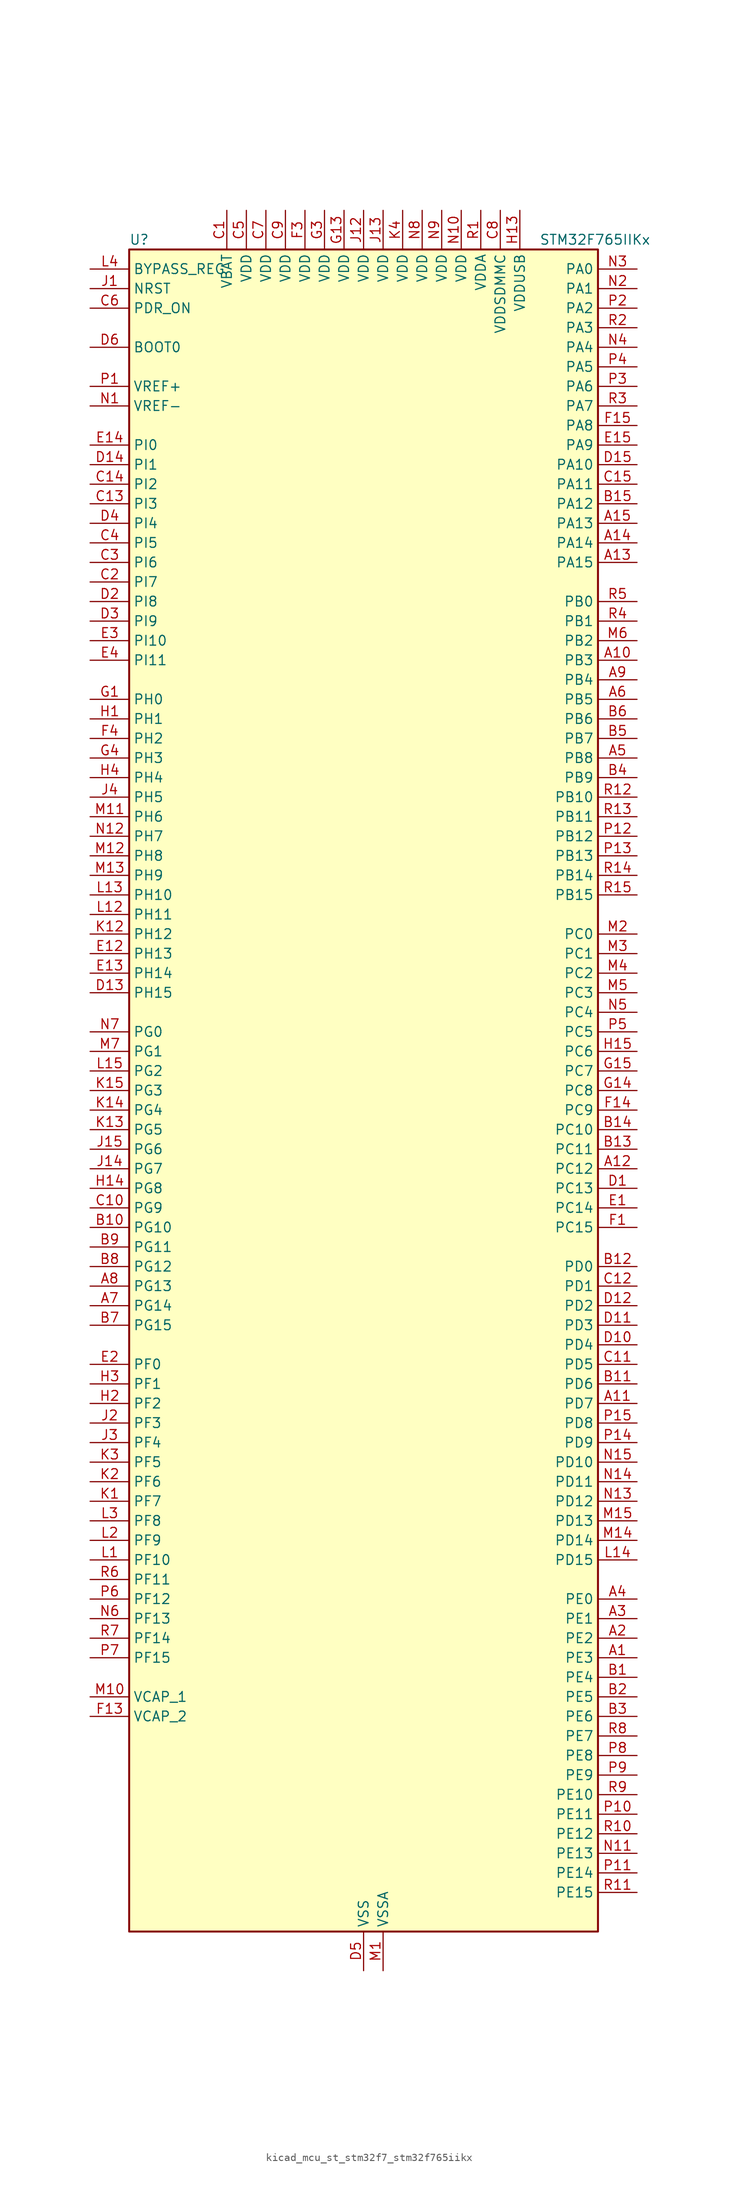
<source format=kicad_sym>
(kicad_symbol_lib
  (version 20220914)
  (generator kicad_symbol_editor)
  (symbol "kicad_mcu_st_stm32f7_stm32f765iikx"
    (property "Reference" "U"
      (at -30.48 110.49 0)
      (effects (font (size 1.27 1.27)) (justify left)))
    (property "Value" "STM32F765IIKx"
      (at 22.86 110.49 0)
      (effects (font (size 1.27 1.27)) (justify left)))
    (property "ki_locked" ""
      (at 0 0 0)
      (effects (font (size 1.27 1.27))))
    (symbol "kicad_mcu_st_stm32f7_stm32f765iikx_0_1"
      (rectangle (start -30.48 -109.22) (end 30.48 109.22) (stroke (width 0.254) (type default)) (fill (type background))))
    (symbol "kicad_mcu_st_stm32f7_stm32f765iikx_1_1"
      (pin bidirectional line (at 35.56 -73.66 180) (length 5.08) (name "PE3" (effects (font (size 1.27 1.27)))) (number "A1" (effects (font (size 1.27 1.27)))) (alternate "FMC_A19" bidirectional line) (alternate "SAI1_SD_B" bidirectional line) (alternate "SYS_TRACED0" bidirectional line))
      (pin bidirectional line (at 35.56 55.88 180) (length 5.08) (name "PB3" (effects (font (size 1.27 1.27)))) (number "A10" (effects (font (size 1.27 1.27)))) (alternate "CAN3_RX" bidirectional line) (alternate "I2S1_CK" bidirectional line) (alternate "I2S3_CK" bidirectional line) (alternate "SDMMC2_D2" bidirectional line) (alternate "SPI1_SCK" bidirectional line) (alternate "SPI3_SCK" bidirectional line) (alternate "SPI6_SCK" bidirectional line) (alternate "SYS_JTDO-SWO" bidirectional line) (alternate "TIM2_CH2" bidirectional line) (alternate "UART7_RX" bidirectional line))
      (pin bidirectional line (at 35.56 -40.64 180) (length 5.08) (name "PD7" (effects (font (size 1.27 1.27)))) (number "A11" (effects (font (size 1.27 1.27)))) (alternate "DFSDM1_CKIN1" bidirectional line) (alternate "DFSDM1_DATIN4" bidirectional line) (alternate "FMC_NE1" bidirectional line) (alternate "I2S1_SD" bidirectional line) (alternate "SDMMC2_CMD" bidirectional line) (alternate "SPDIFRX_IN0" bidirectional line) (alternate "SPI1_MOSI" bidirectional line) (alternate "USART2_CK" bidirectional line))
      (pin bidirectional line (at 35.56 -10.16 180) (length 5.08) (name "PC12" (effects (font (size 1.27 1.27)))) (number "A12" (effects (font (size 1.27 1.27)))) (alternate "DCMI_D9" bidirectional line) (alternate "I2S3_SD" bidirectional line) (alternate "SDMMC1_CK" bidirectional line) (alternate "SPI3_MOSI" bidirectional line) (alternate "SYS_TRACED3" bidirectional line) (alternate "UART5_TX" bidirectional line) (alternate "USART3_CK" bidirectional line))
      (pin bidirectional line (at 35.56 68.58 180) (length 5.08) (name "PA15" (effects (font (size 1.27 1.27)))) (number "A13" (effects (font (size 1.27 1.27)))) (alternate "CAN3_TX" bidirectional line) (alternate "CEC" bidirectional line) (alternate "I2S1_WS" bidirectional line) (alternate "I2S3_WS" bidirectional line) (alternate "SPI1_NSS" bidirectional line) (alternate "SPI3_NSS" bidirectional line) (alternate "SPI6_NSS" bidirectional line) (alternate "SYS_JTDI" bidirectional line) (alternate "TIM2_CH1" bidirectional line) (alternate "TIM2_ETR" bidirectional line) (alternate "UART4_DE" bidirectional line) (alternate "UART4_RTS" bidirectional line) (alternate "UART7_TX" bidirectional line))
      (pin bidirectional line (at 35.56 71.12 180) (length 5.08) (name "PA14" (effects (font (size 1.27 1.27)))) (number "A14" (effects (font (size 1.27 1.27)))) (alternate "SYS_JTCK-SWCLK" bidirectional line))
      (pin bidirectional line (at 35.56 73.66 180) (length 5.08) (name "PA13" (effects (font (size 1.27 1.27)))) (number "A15" (effects (font (size 1.27 1.27)))) (alternate "SYS_JTMS-SWDIO" bidirectional line))
      (pin bidirectional line (at 35.56 -71.12 180) (length 5.08) (name "PE2" (effects (font (size 1.27 1.27)))) (number "A2" (effects (font (size 1.27 1.27)))) (alternate "ETH_TXD3" bidirectional line) (alternate "FMC_A23" bidirectional line) (alternate "QUADSPI_BK1_IO2" bidirectional line) (alternate "SAI1_MCLK_A" bidirectional line) (alternate "SPI4_SCK" bidirectional line) (alternate "SYS_TRACECLK" bidirectional line))
      (pin bidirectional line (at 35.56 -68.58 180) (length 5.08) (name "PE1" (effects (font (size 1.27 1.27)))) (number "A3" (effects (font (size 1.27 1.27)))) (alternate "DCMI_D3" bidirectional line) (alternate "FMC_NBL1" bidirectional line) (alternate "LPTIM1_IN2" bidirectional line) (alternate "UART8_TX" bidirectional line))
      (pin bidirectional line (at 35.56 -66.04 180) (length 5.08) (name "PE0" (effects (font (size 1.27 1.27)))) (number "A4" (effects (font (size 1.27 1.27)))) (alternate "DCMI_D2" bidirectional line) (alternate "FMC_NBL0" bidirectional line) (alternate "LPTIM1_ETR" bidirectional line) (alternate "SAI2_MCLK_A" bidirectional line) (alternate "TIM4_ETR" bidirectional line) (alternate "UART8_RX" bidirectional line))
      (pin bidirectional line (at 35.56 43.18 180) (length 5.08) (name "PB8" (effects (font (size 1.27 1.27)))) (number "A5" (effects (font (size 1.27 1.27)))) (alternate "CAN1_RX" bidirectional line) (alternate "DCMI_D6" bidirectional line) (alternate "DFSDM1_CKIN7" bidirectional line) (alternate "ETH_TXD3" bidirectional line) (alternate "I2C1_SCL" bidirectional line) (alternate "I2C4_SCL" bidirectional line) (alternate "SDMMC1_D4" bidirectional line) (alternate "SDMMC2_D4" bidirectional line) (alternate "TIM10_CH1" bidirectional line) (alternate "TIM4_CH3" bidirectional line) (alternate "UART5_RX" bidirectional line))
      (pin bidirectional line (at 35.56 50.8 180) (length 5.08) (name "PB5" (effects (font (size 1.27 1.27)))) (number "A6" (effects (font (size 1.27 1.27)))) (alternate "CAN2_RX" bidirectional line) (alternate "DCMI_D10" bidirectional line) (alternate "ETH_PPS_OUT" bidirectional line) (alternate "FMC_SDCKE1" bidirectional line) (alternate "I2C1_SMBA" bidirectional line) (alternate "I2S1_SD" bidirectional line) (alternate "I2S3_SD" bidirectional line) (alternate "SPI1_MOSI" bidirectional line) (alternate "SPI3_MOSI" bidirectional line) (alternate "SPI6_MOSI" bidirectional line) (alternate "TIM3_CH2" bidirectional line) (alternate "UART5_RX" bidirectional line) (alternate "USB_OTG_HS_ULPI_D7" bidirectional line))
      (pin bidirectional line (at -35.56 -27.94 0) (length 5.08) (name "PG14" (effects (font (size 1.27 1.27)))) (number "A7" (effects (font (size 1.27 1.27)))) (alternate "ETH_TXD1" bidirectional line) (alternate "FMC_A25" bidirectional line) (alternate "LPTIM1_ETR" bidirectional line) (alternate "QUADSPI_BK2_IO3" bidirectional line) (alternate "SPI6_MOSI" bidirectional line) (alternate "SYS_TRACED1" bidirectional line) (alternate "USART6_TX" bidirectional line))
      (pin bidirectional line (at -35.56 -25.4 0) (length 5.08) (name "PG13" (effects (font (size 1.27 1.27)))) (number "A8" (effects (font (size 1.27 1.27)))) (alternate "ETH_TXD0" bidirectional line) (alternate "FMC_A24" bidirectional line) (alternate "LPTIM1_OUT" bidirectional line) (alternate "SPI6_SCK" bidirectional line) (alternate "SYS_TRACED0" bidirectional line) (alternate "USART6_CTS" bidirectional line))
      (pin bidirectional line (at 35.56 53.34 180) (length 5.08) (name "PB4" (effects (font (size 1.27 1.27)))) (number "A9" (effects (font (size 1.27 1.27)))) (alternate "CAN3_TX" bidirectional line) (alternate "I2S2_WS" bidirectional line) (alternate "SDMMC2_D3" bidirectional line) (alternate "SPI1_MISO" bidirectional line) (alternate "SPI2_NSS" bidirectional line) (alternate "SPI3_MISO" bidirectional line) (alternate "SPI6_MISO" bidirectional line) (alternate "SYS_JTRST" bidirectional line) (alternate "TIM3_CH1" bidirectional line) (alternate "UART7_TX" bidirectional line))
      (pin bidirectional line (at 35.56 -76.2 180) (length 5.08) (name "PE4" (effects (font (size 1.27 1.27)))) (number "B1" (effects (font (size 1.27 1.27)))) (alternate "DCMI_D4" bidirectional line) (alternate "DFSDM1_DATIN3" bidirectional line) (alternate "FMC_A20" bidirectional line) (alternate "SAI1_FS_A" bidirectional line) (alternate "SPI4_NSS" bidirectional line) (alternate "SYS_TRACED1" bidirectional line))
      (pin bidirectional line (at -35.56 -17.78 0) (length 5.08) (name "PG10" (effects (font (size 1.27 1.27)))) (number "B10" (effects (font (size 1.27 1.27)))) (alternate "DCMI_D2" bidirectional line) (alternate "FMC_NE3" bidirectional line) (alternate "I2S1_WS" bidirectional line) (alternate "SAI2_SD_B" bidirectional line) (alternate "SDMMC2_D1" bidirectional line) (alternate "SPI1_NSS" bidirectional line))
      (pin bidirectional line (at 35.56 -38.1 180) (length 5.08) (name "PD6" (effects (font (size 1.27 1.27)))) (number "B11" (effects (font (size 1.27 1.27)))) (alternate "DCMI_D10" bidirectional line) (alternate "DFSDM1_CKIN4" bidirectional line) (alternate "DFSDM1_DATIN1" bidirectional line) (alternate "FMC_NWAIT" bidirectional line) (alternate "I2S3_SD" bidirectional line) (alternate "SAI1_SD_A" bidirectional line) (alternate "SDMMC2_CK" bidirectional line) (alternate "SPI3_MOSI" bidirectional line) (alternate "USART2_RX" bidirectional line))
      (pin bidirectional line (at 35.56 -22.86 180) (length 5.08) (name "PD0" (effects (font (size 1.27 1.27)))) (number "B12" (effects (font (size 1.27 1.27)))) (alternate "CAN1_RX" bidirectional line) (alternate "DFSDM1_CKIN6" bidirectional line) (alternate "DFSDM1_DATIN7" bidirectional line) (alternate "FMC_D2" bidirectional line) (alternate "FMC_DA2" bidirectional line) (alternate "UART4_RX" bidirectional line))
      (pin bidirectional line (at 35.56 -7.62 180) (length 5.08) (name "PC11" (effects (font (size 1.27 1.27)))) (number "B13" (effects (font (size 1.27 1.27)))) (alternate "ADC1_EXTI11" bidirectional line) (alternate "ADC2_EXTI11" bidirectional line) (alternate "ADC3_EXTI11" bidirectional line) (alternate "DCMI_D4" bidirectional line) (alternate "DFSDM1_DATIN5" bidirectional line) (alternate "QUADSPI_BK2_NCS" bidirectional line) (alternate "SDMMC1_D3" bidirectional line) (alternate "SPI3_MISO" bidirectional line) (alternate "UART4_RX" bidirectional line) (alternate "USART3_RX" bidirectional line))
      (pin bidirectional line (at 35.56 -5.08 180) (length 5.08) (name "PC10" (effects (font (size 1.27 1.27)))) (number "B14" (effects (font (size 1.27 1.27)))) (alternate "DCMI_D8" bidirectional line) (alternate "DFSDM1_CKIN5" bidirectional line) (alternate "I2S3_CK" bidirectional line) (alternate "QUADSPI_BK1_IO1" bidirectional line) (alternate "SDMMC1_D2" bidirectional line) (alternate "SPI3_SCK" bidirectional line) (alternate "UART4_TX" bidirectional line) (alternate "USART3_TX" bidirectional line))
      (pin bidirectional line (at 35.56 76.2 180) (length 5.08) (name "PA12" (effects (font (size 1.27 1.27)))) (number "B15" (effects (font (size 1.27 1.27)))) (alternate "CAN1_TX" bidirectional line) (alternate "I2S2_CK" bidirectional line) (alternate "SAI2_FS_B" bidirectional line) (alternate "SPI2_SCK" bidirectional line) (alternate "TIM1_ETR" bidirectional line) (alternate "UART4_TX" bidirectional line) (alternate "USART1_DE" bidirectional line) (alternate "USART1_RTS" bidirectional line) (alternate "USB_OTG_FS_DP" bidirectional line))
      (pin bidirectional line (at 35.56 -78.74 180) (length 5.08) (name "PE5" (effects (font (size 1.27 1.27)))) (number "B2" (effects (font (size 1.27 1.27)))) (alternate "DCMI_D6" bidirectional line) (alternate "DFSDM1_CKIN3" bidirectional line) (alternate "FMC_A21" bidirectional line) (alternate "SAI1_SCK_A" bidirectional line) (alternate "SPI4_MISO" bidirectional line) (alternate "SYS_TRACED2" bidirectional line) (alternate "TIM9_CH1" bidirectional line))
      (pin bidirectional line (at 35.56 -81.28 180) (length 5.08) (name "PE6" (effects (font (size 1.27 1.27)))) (number "B3" (effects (font (size 1.27 1.27)))) (alternate "DCMI_D7" bidirectional line) (alternate "FMC_A22" bidirectional line) (alternate "SAI1_SD_A" bidirectional line) (alternate "SAI2_MCLK_B" bidirectional line) (alternate "SPI4_MOSI" bidirectional line) (alternate "SYS_TRACED3" bidirectional line) (alternate "TIM1_BKIN2" bidirectional line) (alternate "TIM9_CH2" bidirectional line))
      (pin bidirectional line (at 35.56 40.64 180) (length 5.08) (name "PB9" (effects (font (size 1.27 1.27)))) (number "B4" (effects (font (size 1.27 1.27)))) (alternate "CAN1_TX" bidirectional line) (alternate "DAC_EXTI9" bidirectional line) (alternate "DCMI_D7" bidirectional line) (alternate "DFSDM1_DATIN7" bidirectional line) (alternate "I2C1_SDA" bidirectional line) (alternate "I2C4_SDA" bidirectional line) (alternate "I2C4_SMBA" bidirectional line) (alternate "I2S2_WS" bidirectional line) (alternate "SDMMC1_D5" bidirectional line) (alternate "SDMMC2_D5" bidirectional line) (alternate "SPI2_NSS" bidirectional line) (alternate "TIM11_CH1" bidirectional line) (alternate "TIM4_CH4" bidirectional line) (alternate "UART5_TX" bidirectional line))
      (pin bidirectional line (at 35.56 45.72 180) (length 5.08) (name "PB7" (effects (font (size 1.27 1.27)))) (number "B5" (effects (font (size 1.27 1.27)))) (alternate "DCMI_VSYNC" bidirectional line) (alternate "DFSDM1_CKIN5" bidirectional line) (alternate "FMC_NL" bidirectional line) (alternate "I2C1_SDA" bidirectional line) (alternate "I2C4_SDA" bidirectional line) (alternate "TIM4_CH2" bidirectional line) (alternate "USART1_RX" bidirectional line))
      (pin bidirectional line (at 35.56 48.26 180) (length 5.08) (name "PB6" (effects (font (size 1.27 1.27)))) (number "B6" (effects (font (size 1.27 1.27)))) (alternate "CAN2_TX" bidirectional line) (alternate "CEC" bidirectional line) (alternate "DCMI_D5" bidirectional line) (alternate "DFSDM1_DATIN5" bidirectional line) (alternate "FMC_SDNE1" bidirectional line) (alternate "I2C1_SCL" bidirectional line) (alternate "I2C4_SCL" bidirectional line) (alternate "QUADSPI_BK1_NCS" bidirectional line) (alternate "TIM4_CH1" bidirectional line) (alternate "UART5_TX" bidirectional line) (alternate "USART1_TX" bidirectional line))
      (pin bidirectional line (at -35.56 -30.48 0) (length 5.08) (name "PG15" (effects (font (size 1.27 1.27)))) (number "B7" (effects (font (size 1.27 1.27)))) (alternate "DCMI_D13" bidirectional line) (alternate "FMC_SDNCAS" bidirectional line) (alternate "USART6_CTS" bidirectional line))
      (pin bidirectional line (at -35.56 -22.86 0) (length 5.08) (name "PG12" (effects (font (size 1.27 1.27)))) (number "B8" (effects (font (size 1.27 1.27)))) (alternate "FMC_NE4" bidirectional line) (alternate "LPTIM1_IN1" bidirectional line) (alternate "SDMMC2_D3" bidirectional line) (alternate "SPDIFRX_IN1" bidirectional line) (alternate "SPI6_MISO" bidirectional line) (alternate "USART6_DE" bidirectional line) (alternate "USART6_RTS" bidirectional line))
      (pin bidirectional line (at -35.56 -20.32 0) (length 5.08) (name "PG11" (effects (font (size 1.27 1.27)))) (number "B9" (effects (font (size 1.27 1.27)))) (alternate "ADC1_EXTI11" bidirectional line) (alternate "ADC2_EXTI11" bidirectional line) (alternate "ADC3_EXTI11" bidirectional line) (alternate "DCMI_D3" bidirectional line) (alternate "ETH_TX_EN" bidirectional line) (alternate "I2S1_CK" bidirectional line) (alternate "SDMMC2_D2" bidirectional line) (alternate "SPDIFRX_IN0" bidirectional line) (alternate "SPI1_SCK" bidirectional line))
      (pin power_in line (at -17.78 114.3 270) (length 5.08) (name "VBAT" (effects (font (size 1.27 1.27)))) (number "C1" (effects (font (size 1.27 1.27)))))
      (pin bidirectional line (at -35.56 -15.24 0) (length 5.08) (name "PG9" (effects (font (size 1.27 1.27)))) (number "C10" (effects (font (size 1.27 1.27)))) (alternate "DAC_EXTI9" bidirectional line) (alternate "DCMI_VSYNC" bidirectional line) (alternate "FMC_NCE" bidirectional line) (alternate "FMC_NE2" bidirectional line) (alternate "QUADSPI_BK2_IO2" bidirectional line) (alternate "SAI2_FS_B" bidirectional line) (alternate "SDMMC2_D0" bidirectional line) (alternate "SPDIFRX_IN3" bidirectional line) (alternate "SPI1_MISO" bidirectional line) (alternate "USART6_RX" bidirectional line))
      (pin bidirectional line (at 35.56 -35.56 180) (length 5.08) (name "PD5" (effects (font (size 1.27 1.27)))) (number "C11" (effects (font (size 1.27 1.27)))) (alternate "FMC_NWE" bidirectional line) (alternate "USART2_TX" bidirectional line))
      (pin bidirectional line (at 35.56 -25.4 180) (length 5.08) (name "PD1" (effects (font (size 1.27 1.27)))) (number "C12" (effects (font (size 1.27 1.27)))) (alternate "CAN1_TX" bidirectional line) (alternate "DFSDM1_CKIN7" bidirectional line) (alternate "DFSDM1_DATIN6" bidirectional line) (alternate "FMC_D3" bidirectional line) (alternate "FMC_DA3" bidirectional line) (alternate "UART4_TX" bidirectional line))
      (pin bidirectional line (at -35.56 76.2 0) (length 5.08) (name "PI3" (effects (font (size 1.27 1.27)))) (number "C13" (effects (font (size 1.27 1.27)))) (alternate "DCMI_D10" bidirectional line) (alternate "FMC_D27" bidirectional line) (alternate "I2S2_SD" bidirectional line) (alternate "SPI2_MOSI" bidirectional line) (alternate "TIM8_ETR" bidirectional line))
      (pin bidirectional line (at -35.56 78.74 0) (length 5.08) (name "PI2" (effects (font (size 1.27 1.27)))) (number "C14" (effects (font (size 1.27 1.27)))) (alternate "DCMI_D9" bidirectional line) (alternate "FMC_D26" bidirectional line) (alternate "SPI2_MISO" bidirectional line) (alternate "TIM8_CH4" bidirectional line))
      (pin bidirectional line (at 35.56 78.74 180) (length 5.08) (name "PA11" (effects (font (size 1.27 1.27)))) (number "C15" (effects (font (size 1.27 1.27)))) (alternate "ADC1_EXTI11" bidirectional line) (alternate "ADC2_EXTI11" bidirectional line) (alternate "ADC3_EXTI11" bidirectional line) (alternate "CAN1_RX" bidirectional line) (alternate "I2S2_WS" bidirectional line) (alternate "SPI2_NSS" bidirectional line) (alternate "TIM1_CH4" bidirectional line) (alternate "UART4_RX" bidirectional line) (alternate "USART1_CTS" bidirectional line) (alternate "USB_OTG_FS_DM" bidirectional line))
      (pin bidirectional line (at -35.56 66.04 0) (length 5.08) (name "PI7" (effects (font (size 1.27 1.27)))) (number "C2" (effects (font (size 1.27 1.27)))) (alternate "DCMI_D7" bidirectional line) (alternate "FMC_D29" bidirectional line) (alternate "SAI2_FS_A" bidirectional line) (alternate "TIM8_CH3" bidirectional line))
      (pin bidirectional line (at -35.56 68.58 0) (length 5.08) (name "PI6" (effects (font (size 1.27 1.27)))) (number "C3" (effects (font (size 1.27 1.27)))) (alternate "DCMI_D6" bidirectional line) (alternate "FMC_D28" bidirectional line) (alternate "SAI2_SD_A" bidirectional line) (alternate "TIM8_CH2" bidirectional line))
      (pin bidirectional line (at -35.56 71.12 0) (length 5.08) (name "PI5" (effects (font (size 1.27 1.27)))) (number "C4" (effects (font (size 1.27 1.27)))) (alternate "DCMI_VSYNC" bidirectional line) (alternate "FMC_NBL3" bidirectional line) (alternate "SAI2_SCK_A" bidirectional line) (alternate "TIM8_CH1" bidirectional line))
      (pin power_in line (at -15.24 114.3 270) (length 5.08) (name "VDD" (effects (font (size 1.27 1.27)))) (number "C5" (effects (font (size 1.27 1.27)))))
      (pin input line (at -35.56 101.6 0) (length 5.08) (name "PDR_ON" (effects (font (size 1.27 1.27)))) (number "C6" (effects (font (size 1.27 1.27)))))
      (pin power_in line (at -12.7 114.3 270) (length 5.08) (name "VDD" (effects (font (size 1.27 1.27)))) (number "C7" (effects (font (size 1.27 1.27)))))
      (pin power_in line (at 17.78 114.3 270) (length 5.08) (name "VDDSDMMC" (effects (font (size 1.27 1.27)))) (number "C8" (effects (font (size 1.27 1.27)))))
      (pin power_in line (at -10.16 114.3 270) (length 5.08) (name "VDD" (effects (font (size 1.27 1.27)))) (number "C9" (effects (font (size 1.27 1.27)))))
      (pin bidirectional line (at 35.56 -12.7 180) (length 5.08) (name "PC13" (effects (font (size 1.27 1.27)))) (number "D1" (effects (font (size 1.27 1.27)))) (alternate "RTC_OUT" bidirectional line) (alternate "RTC_TAMP1" bidirectional line) (alternate "RTC_TS" bidirectional line) (alternate "SYS_WKUP4" bidirectional line))
      (pin bidirectional line (at 35.56 -33.02 180) (length 5.08) (name "PD4" (effects (font (size 1.27 1.27)))) (number "D10" (effects (font (size 1.27 1.27)))) (alternate "DFSDM1_CKIN0" bidirectional line) (alternate "FMC_NOE" bidirectional line) (alternate "USART2_DE" bidirectional line) (alternate "USART2_RTS" bidirectional line))
      (pin bidirectional line (at 35.56 -30.48 180) (length 5.08) (name "PD3" (effects (font (size 1.27 1.27)))) (number "D11" (effects (font (size 1.27 1.27)))) (alternate "DCMI_D5" bidirectional line) (alternate "DFSDM1_CKOUT" bidirectional line) (alternate "DFSDM1_DATIN0" bidirectional line) (alternate "FMC_CLK" bidirectional line) (alternate "I2S2_CK" bidirectional line) (alternate "SPI2_SCK" bidirectional line) (alternate "USART2_CTS" bidirectional line))
      (pin bidirectional line (at 35.56 -27.94 180) (length 5.08) (name "PD2" (effects (font (size 1.27 1.27)))) (number "D12" (effects (font (size 1.27 1.27)))) (alternate "DCMI_D11" bidirectional line) (alternate "SDMMC1_CMD" bidirectional line) (alternate "SYS_TRACED2" bidirectional line) (alternate "TIM3_ETR" bidirectional line) (alternate "UART5_RX" bidirectional line))
      (pin bidirectional line (at -35.56 12.7 0) (length 5.08) (name "PH15" (effects (font (size 1.27 1.27)))) (number "D13" (effects (font (size 1.27 1.27)))) (alternate "DCMI_D11" bidirectional line) (alternate "FMC_D23" bidirectional line) (alternate "TIM8_CH3N" bidirectional line))
      (pin bidirectional line (at -35.56 81.28 0) (length 5.08) (name "PI1" (effects (font (size 1.27 1.27)))) (number "D14" (effects (font (size 1.27 1.27)))) (alternate "DCMI_D8" bidirectional line) (alternate "FMC_D25" bidirectional line) (alternate "I2S2_CK" bidirectional line) (alternate "SPI2_SCK" bidirectional line) (alternate "TIM8_BKIN2" bidirectional line))
      (pin bidirectional line (at 35.56 81.28 180) (length 5.08) (name "PA10" (effects (font (size 1.27 1.27)))) (number "D15" (effects (font (size 1.27 1.27)))) (alternate "DCMI_D1" bidirectional line) (alternate "MDIOS_MDIO" bidirectional line) (alternate "TIM1_CH3" bidirectional line) (alternate "USART1_RX" bidirectional line) (alternate "USB_OTG_FS_ID" bidirectional line))
      (pin bidirectional line (at -35.56 63.5 0) (length 5.08) (name "PI8" (effects (font (size 1.27 1.27)))) (number "D2" (effects (font (size 1.27 1.27)))) (alternate "RTC_TAMP2" bidirectional line) (alternate "RTC_TS" bidirectional line) (alternate "SYS_WKUP5" bidirectional line))
      (pin bidirectional line (at -35.56 60.96 0) (length 5.08) (name "PI9" (effects (font (size 1.27 1.27)))) (number "D3" (effects (font (size 1.27 1.27)))) (alternate "CAN1_RX" bidirectional line) (alternate "DAC_EXTI9" bidirectional line) (alternate "FMC_D30" bidirectional line) (alternate "UART4_RX" bidirectional line))
      (pin bidirectional line (at -35.56 73.66 0) (length 5.08) (name "PI4" (effects (font (size 1.27 1.27)))) (number "D4" (effects (font (size 1.27 1.27)))) (alternate "DCMI_D5" bidirectional line) (alternate "FMC_NBL2" bidirectional line) (alternate "SAI2_MCLK_A" bidirectional line) (alternate "TIM8_BKIN" bidirectional line))
      (pin power_in line (at 0 -114.3 90) (length 5.08) (name "VSS" (effects (font (size 1.27 1.27)))) (number "D5" (effects (font (size 1.27 1.27)))))
      (pin input line (at -35.56 96.52 0) (length 5.08) (name "BOOT0" (effects (font (size 1.27 1.27)))) (number "D6" (effects (font (size 1.27 1.27)))))
      (pin passive line (at 0 -114.3 90) (length 5.08) hide (name "VSS" (effects (font (size 1.27 1.27)))) (number "D7" (effects (font (size 1.27 1.27)))))
      (pin passive line (at 0 -114.3 90) (length 5.08) hide (name "VSS" (effects (font (size 1.27 1.27)))) (number "D8" (effects (font (size 1.27 1.27)))))
      (pin passive line (at 0 -114.3 90) (length 5.08) hide (name "VSS" (effects (font (size 1.27 1.27)))) (number "D9" (effects (font (size 1.27 1.27)))))
      (pin bidirectional line (at 35.56 -15.24 180) (length 5.08) (name "PC14" (effects (font (size 1.27 1.27)))) (number "E1" (effects (font (size 1.27 1.27)))) (alternate "RCC_OSC32_IN" bidirectional line))
      (pin bidirectional line (at -35.56 17.78 0) (length 5.08) (name "PH13" (effects (font (size 1.27 1.27)))) (number "E12" (effects (font (size 1.27 1.27)))) (alternate "CAN1_TX" bidirectional line) (alternate "FMC_D21" bidirectional line) (alternate "TIM8_CH1N" bidirectional line) (alternate "UART4_TX" bidirectional line))
      (pin bidirectional line (at -35.56 15.24 0) (length 5.08) (name "PH14" (effects (font (size 1.27 1.27)))) (number "E13" (effects (font (size 1.27 1.27)))) (alternate "CAN1_RX" bidirectional line) (alternate "DCMI_D4" bidirectional line) (alternate "FMC_D22" bidirectional line) (alternate "TIM8_CH2N" bidirectional line) (alternate "UART4_RX" bidirectional line))
      (pin bidirectional line (at -35.56 83.82 0) (length 5.08) (name "PI0" (effects (font (size 1.27 1.27)))) (number "E14" (effects (font (size 1.27 1.27)))) (alternate "DCMI_D13" bidirectional line) (alternate "FMC_D24" bidirectional line) (alternate "I2S2_WS" bidirectional line) (alternate "SPI2_NSS" bidirectional line) (alternate "TIM5_CH4" bidirectional line))
      (pin bidirectional line (at 35.56 83.82 180) (length 5.08) (name "PA9" (effects (font (size 1.27 1.27)))) (number "E15" (effects (font (size 1.27 1.27)))) (alternate "DAC_EXTI9" bidirectional line) (alternate "DCMI_D0" bidirectional line) (alternate "I2C3_SMBA" bidirectional line) (alternate "I2S2_CK" bidirectional line) (alternate "SPI2_SCK" bidirectional line) (alternate "TIM1_CH2" bidirectional line) (alternate "USART1_TX" bidirectional line) (alternate "USB_OTG_FS_VBUS" bidirectional line))
      (pin bidirectional line (at -35.56 -35.56 0) (length 5.08) (name "PF0" (effects (font (size 1.27 1.27)))) (number "E2" (effects (font (size 1.27 1.27)))) (alternate "FMC_A0" bidirectional line) (alternate "I2C2_SDA" bidirectional line))
      (pin bidirectional line (at -35.56 58.42 0) (length 5.08) (name "PI10" (effects (font (size 1.27 1.27)))) (number "E3" (effects (font (size 1.27 1.27)))) (alternate "ETH_RX_ER" bidirectional line) (alternate "FMC_D31" bidirectional line))
      (pin bidirectional line (at -35.56 55.88 0) (length 5.08) (name "PI11" (effects (font (size 1.27 1.27)))) (number "E4" (effects (font (size 1.27 1.27)))) (alternate "ADC1_EXTI11" bidirectional line) (alternate "ADC2_EXTI11" bidirectional line) (alternate "ADC3_EXTI11" bidirectional line) (alternate "SYS_WKUP6" bidirectional line) (alternate "USB_OTG_HS_ULPI_DIR" bidirectional line))
      (pin bidirectional line (at 35.56 -17.78 180) (length 5.08) (name "PC15" (effects (font (size 1.27 1.27)))) (number "F1" (effects (font (size 1.27 1.27)))) (alternate "RCC_OSC32_OUT" bidirectional line))
      (pin passive line (at 0 -114.3 90) (length 5.08) hide (name "VSS" (effects (font (size 1.27 1.27)))) (number "F10" (effects (font (size 1.27 1.27)))))
      (pin passive line (at 0 -114.3 90) (length 5.08) hide (name "VSS" (effects (font (size 1.27 1.27)))) (number "F12" (effects (font (size 1.27 1.27)))))
      (pin power_out line (at -35.56 -81.28 0) (length 5.08) (name "VCAP_2" (effects (font (size 1.27 1.27)))) (number "F13" (effects (font (size 1.27 1.27)))))
      (pin bidirectional line (at 35.56 -2.54 180) (length 5.08) (name "PC9" (effects (font (size 1.27 1.27)))) (number "F14" (effects (font (size 1.27 1.27)))) (alternate "DAC_EXTI9" bidirectional line) (alternate "DCMI_D3" bidirectional line) (alternate "I2C3_SDA" bidirectional line) (alternate "I2S_CKIN" bidirectional line) (alternate "QUADSPI_BK1_IO0" bidirectional line) (alternate "RCC_MCO_2" bidirectional line) (alternate "SDMMC1_D1" bidirectional line) (alternate "TIM3_CH4" bidirectional line) (alternate "TIM8_CH4" bidirectional line) (alternate "UART5_CTS" bidirectional line))
      (pin bidirectional line (at 35.56 86.36 180) (length 5.08) (name "PA8" (effects (font (size 1.27 1.27)))) (number "F15" (effects (font (size 1.27 1.27)))) (alternate "CAN3_RX" bidirectional line) (alternate "I2C3_SCL" bidirectional line) (alternate "RCC_MCO_1" bidirectional line) (alternate "TIM1_CH1" bidirectional line) (alternate "TIM8_BKIN2" bidirectional line) (alternate "UART7_RX" bidirectional line) (alternate "USART1_CK" bidirectional line) (alternate "USB_OTG_FS_SOF" bidirectional line))
      (pin passive line (at 0 -114.3 90) (length 5.08) hide (name "VSS" (effects (font (size 1.27 1.27)))) (number "F2" (effects (font (size 1.27 1.27)))))
      (pin power_in line (at -7.62 114.3 270) (length 5.08) (name "VDD" (effects (font (size 1.27 1.27)))) (number "F3" (effects (font (size 1.27 1.27)))))
      (pin bidirectional line (at -35.56 45.72 0) (length 5.08) (name "PH2" (effects (font (size 1.27 1.27)))) (number "F4" (effects (font (size 1.27 1.27)))) (alternate "ETH_CRS" bidirectional line) (alternate "FMC_SDCKE0" bidirectional line) (alternate "LPTIM1_IN2" bidirectional line) (alternate "QUADSPI_BK2_IO0" bidirectional line) (alternate "SAI2_SCK_B" bidirectional line))
      (pin passive line (at 0 -114.3 90) (length 5.08) hide (name "VSS" (effects (font (size 1.27 1.27)))) (number "F6" (effects (font (size 1.27 1.27)))))
      (pin passive line (at 0 -114.3 90) (length 5.08) hide (name "VSS" (effects (font (size 1.27 1.27)))) (number "F7" (effects (font (size 1.27 1.27)))))
      (pin passive line (at 0 -114.3 90) (length 5.08) hide (name "VSS" (effects (font (size 1.27 1.27)))) (number "F8" (effects (font (size 1.27 1.27)))))
      (pin passive line (at 0 -114.3 90) (length 5.08) hide (name "VSS" (effects (font (size 1.27 1.27)))) (number "F9" (effects (font (size 1.27 1.27)))))
      (pin bidirectional line (at -35.56 50.8 0) (length 5.08) (name "PH0" (effects (font (size 1.27 1.27)))) (number "G1" (effects (font (size 1.27 1.27)))) (alternate "RCC_OSC_IN" bidirectional line))
      (pin passive line (at 0 -114.3 90) (length 5.08) hide (name "VSS" (effects (font (size 1.27 1.27)))) (number "G10" (effects (font (size 1.27 1.27)))))
      (pin passive line (at 0 -114.3 90) (length 5.08) hide (name "VSS" (effects (font (size 1.27 1.27)))) (number "G12" (effects (font (size 1.27 1.27)))))
      (pin power_in line (at -2.54 114.3 270) (length 5.08) (name "VDD" (effects (font (size 1.27 1.27)))) (number "G13" (effects (font (size 1.27 1.27)))))
      (pin bidirectional line (at 35.56 0 180) (length 5.08) (name "PC8" (effects (font (size 1.27 1.27)))) (number "G14" (effects (font (size 1.27 1.27)))) (alternate "DCMI_D2" bidirectional line) (alternate "FMC_NCE" bidirectional line) (alternate "FMC_NE2" bidirectional line) (alternate "SDMMC1_D0" bidirectional line) (alternate "SYS_TRACED1" bidirectional line) (alternate "TIM3_CH3" bidirectional line) (alternate "TIM8_CH3" bidirectional line) (alternate "UART5_DE" bidirectional line) (alternate "UART5_RTS" bidirectional line) (alternate "USART6_CK" bidirectional line))
      (pin bidirectional line (at 35.56 2.54 180) (length 5.08) (name "PC7" (effects (font (size 1.27 1.27)))) (number "G15" (effects (font (size 1.27 1.27)))) (alternate "DCMI_D1" bidirectional line) (alternate "DFSDM1_DATIN3" bidirectional line) (alternate "FMC_NE1" bidirectional line) (alternate "I2S3_MCK" bidirectional line) (alternate "SDMMC1_D7" bidirectional line) (alternate "SDMMC2_D7" bidirectional line) (alternate "TIM3_CH2" bidirectional line) (alternate "TIM8_CH2" bidirectional line) (alternate "USART6_RX" bidirectional line))
      (pin passive line (at 0 -114.3 90) (length 5.08) hide (name "VSS" (effects (font (size 1.27 1.27)))) (number "G2" (effects (font (size 1.27 1.27)))))
      (pin power_in line (at -5.08 114.3 270) (length 5.08) (name "VDD" (effects (font (size 1.27 1.27)))) (number "G3" (effects (font (size 1.27 1.27)))))
      (pin bidirectional line (at -35.56 43.18 0) (length 5.08) (name "PH3" (effects (font (size 1.27 1.27)))) (number "G4" (effects (font (size 1.27 1.27)))) (alternate "ETH_COL" bidirectional line) (alternate "FMC_SDNE0" bidirectional line) (alternate "QUADSPI_BK2_IO1" bidirectional line) (alternate "SAI2_MCLK_B" bidirectional line))
      (pin passive line (at 0 -114.3 90) (length 5.08) hide (name "VSS" (effects (font (size 1.27 1.27)))) (number "G6" (effects (font (size 1.27 1.27)))))
      (pin passive line (at 0 -114.3 90) (length 5.08) hide (name "VSS" (effects (font (size 1.27 1.27)))) (number "G7" (effects (font (size 1.27 1.27)))))
      (pin passive line (at 0 -114.3 90) (length 5.08) hide (name "VSS" (effects (font (size 1.27 1.27)))) (number "G8" (effects (font (size 1.27 1.27)))))
      (pin passive line (at 0 -114.3 90) (length 5.08) hide (name "VSS" (effects (font (size 1.27 1.27)))) (number "G9" (effects (font (size 1.27 1.27)))))
      (pin bidirectional line (at -35.56 48.26 0) (length 5.08) (name "PH1" (effects (font (size 1.27 1.27)))) (number "H1" (effects (font (size 1.27 1.27)))) (alternate "RCC_OSC_OUT" bidirectional line))
      (pin passive line (at 0 -114.3 90) (length 5.08) hide (name "VSS" (effects (font (size 1.27 1.27)))) (number "H10" (effects (font (size 1.27 1.27)))))
      (pin passive line (at 0 -114.3 90) (length 5.08) hide (name "VSS" (effects (font (size 1.27 1.27)))) (number "H12" (effects (font (size 1.27 1.27)))))
      (pin power_in line (at 20.32 114.3 270) (length 5.08) (name "VDDUSB" (effects (font (size 1.27 1.27)))) (number "H13" (effects (font (size 1.27 1.27)))))
      (pin bidirectional line (at -35.56 -12.7 0) (length 5.08) (name "PG8" (effects (font (size 1.27 1.27)))) (number "H14" (effects (font (size 1.27 1.27)))) (alternate "ETH_PPS_OUT" bidirectional line) (alternate "FMC_SDCLK" bidirectional line) (alternate "SPDIFRX_IN2" bidirectional line) (alternate "SPI6_NSS" bidirectional line) (alternate "USART6_DE" bidirectional line) (alternate "USART6_RTS" bidirectional line))
      (pin bidirectional line (at 35.56 5.08 180) (length 5.08) (name "PC6" (effects (font (size 1.27 1.27)))) (number "H15" (effects (font (size 1.27 1.27)))) (alternate "DCMI_D0" bidirectional line) (alternate "DFSDM1_CKIN3" bidirectional line) (alternate "FMC_NWAIT" bidirectional line) (alternate "I2S2_MCK" bidirectional line) (alternate "SDMMC1_D6" bidirectional line) (alternate "SDMMC2_D6" bidirectional line) (alternate "TIM3_CH1" bidirectional line) (alternate "TIM8_CH1" bidirectional line) (alternate "USART6_TX" bidirectional line))
      (pin bidirectional line (at -35.56 -40.64 0) (length 5.08) (name "PF2" (effects (font (size 1.27 1.27)))) (number "H2" (effects (font (size 1.27 1.27)))) (alternate "FMC_A2" bidirectional line) (alternate "I2C2_SMBA" bidirectional line))
      (pin bidirectional line (at -35.56 -38.1 0) (length 5.08) (name "PF1" (effects (font (size 1.27 1.27)))) (number "H3" (effects (font (size 1.27 1.27)))) (alternate "FMC_A1" bidirectional line) (alternate "I2C2_SCL" bidirectional line))
      (pin bidirectional line (at -35.56 40.64 0) (length 5.08) (name "PH4" (effects (font (size 1.27 1.27)))) (number "H4" (effects (font (size 1.27 1.27)))) (alternate "I2C2_SCL" bidirectional line) (alternate "USB_OTG_HS_ULPI_NXT" bidirectional line))
      (pin passive line (at 0 -114.3 90) (length 5.08) hide (name "VSS" (effects (font (size 1.27 1.27)))) (number "H6" (effects (font (size 1.27 1.27)))))
      (pin passive line (at 0 -114.3 90) (length 5.08) hide (name "VSS" (effects (font (size 1.27 1.27)))) (number "H7" (effects (font (size 1.27 1.27)))))
      (pin passive line (at 0 -114.3 90) (length 5.08) hide (name "VSS" (effects (font (size 1.27 1.27)))) (number "H8" (effects (font (size 1.27 1.27)))))
      (pin passive line (at 0 -114.3 90) (length 5.08) hide (name "VSS" (effects (font (size 1.27 1.27)))) (number "H9" (effects (font (size 1.27 1.27)))))
      (pin input line (at -35.56 104.14 0) (length 5.08) (name "NRST" (effects (font (size 1.27 1.27)))) (number "J1" (effects (font (size 1.27 1.27)))))
      (pin passive line (at 0 -114.3 90) (length 5.08) hide (name "VSS" (effects (font (size 1.27 1.27)))) (number "J10" (effects (font (size 1.27 1.27)))))
      (pin power_in line (at 0 114.3 270) (length 5.08) (name "VDD" (effects (font (size 1.27 1.27)))) (number "J12" (effects (font (size 1.27 1.27)))))
      (pin power_in line (at 2.54 114.3 270) (length 5.08) (name "VDD" (effects (font (size 1.27 1.27)))) (number "J13" (effects (font (size 1.27 1.27)))))
      (pin bidirectional line (at -35.56 -10.16 0) (length 5.08) (name "PG7" (effects (font (size 1.27 1.27)))) (number "J14" (effects (font (size 1.27 1.27)))) (alternate "DCMI_D13" bidirectional line) (alternate "FMC_INT" bidirectional line) (alternate "SAI1_MCLK_A" bidirectional line) (alternate "USART6_CK" bidirectional line))
      (pin bidirectional line (at -35.56 -7.62 0) (length 5.08) (name "PG6" (effects (font (size 1.27 1.27)))) (number "J15" (effects (font (size 1.27 1.27)))) (alternate "DCMI_D12" bidirectional line) (alternate "FMC_NE3" bidirectional line))
      (pin bidirectional line (at -35.56 -43.18 0) (length 5.08) (name "PF3" (effects (font (size 1.27 1.27)))) (number "J2" (effects (font (size 1.27 1.27)))) (alternate "ADC3_IN9" bidirectional line) (alternate "FMC_A3" bidirectional line))
      (pin bidirectional line (at -35.56 -45.72 0) (length 5.08) (name "PF4" (effects (font (size 1.27 1.27)))) (number "J3" (effects (font (size 1.27 1.27)))) (alternate "ADC3_IN14" bidirectional line) (alternate "FMC_A4" bidirectional line))
      (pin bidirectional line (at -35.56 38.1 0) (length 5.08) (name "PH5" (effects (font (size 1.27 1.27)))) (number "J4" (effects (font (size 1.27 1.27)))) (alternate "FMC_SDNWE" bidirectional line) (alternate "I2C2_SDA" bidirectional line) (alternate "SPI5_NSS" bidirectional line))
      (pin passive line (at 0 -114.3 90) (length 5.08) hide (name "VSS" (effects (font (size 1.27 1.27)))) (number "J6" (effects (font (size 1.27 1.27)))))
      (pin passive line (at 0 -114.3 90) (length 5.08) hide (name "VSS" (effects (font (size 1.27 1.27)))) (number "J7" (effects (font (size 1.27 1.27)))))
      (pin passive line (at 0 -114.3 90) (length 5.08) hide (name "VSS" (effects (font (size 1.27 1.27)))) (number "J8" (effects (font (size 1.27 1.27)))))
      (pin passive line (at 0 -114.3 90) (length 5.08) hide (name "VSS" (effects (font (size 1.27 1.27)))) (number "J9" (effects (font (size 1.27 1.27)))))
      (pin bidirectional line (at -35.56 -53.34 0) (length 5.08) (name "PF7" (effects (font (size 1.27 1.27)))) (number "K1" (effects (font (size 1.27 1.27)))) (alternate "ADC3_IN5" bidirectional line) (alternate "QUADSPI_BK1_IO2" bidirectional line) (alternate "SAI1_MCLK_B" bidirectional line) (alternate "SPI5_SCK" bidirectional line) (alternate "TIM11_CH1" bidirectional line) (alternate "UART7_TX" bidirectional line))
      (pin passive line (at 0 -114.3 90) (length 5.08) hide (name "VSS" (effects (font (size 1.27 1.27)))) (number "K10" (effects (font (size 1.27 1.27)))))
      (pin bidirectional line (at -35.56 20.32 0) (length 5.08) (name "PH12" (effects (font (size 1.27 1.27)))) (number "K12" (effects (font (size 1.27 1.27)))) (alternate "DCMI_D3" bidirectional line) (alternate "FMC_D20" bidirectional line) (alternate "I2C4_SDA" bidirectional line) (alternate "TIM5_CH3" bidirectional line))
      (pin bidirectional line (at -35.56 -5.08 0) (length 5.08) (name "PG5" (effects (font (size 1.27 1.27)))) (number "K13" (effects (font (size 1.27 1.27)))) (alternate "FMC_A15" bidirectional line) (alternate "FMC_BA1" bidirectional line))
      (pin bidirectional line (at -35.56 -2.54 0) (length 5.08) (name "PG4" (effects (font (size 1.27 1.27)))) (number "K14" (effects (font (size 1.27 1.27)))) (alternate "FMC_A14" bidirectional line) (alternate "FMC_BA0" bidirectional line))
      (pin bidirectional line (at -35.56 0 0) (length 5.08) (name "PG3" (effects (font (size 1.27 1.27)))) (number "K15" (effects (font (size 1.27 1.27)))) (alternate "FMC_A13" bidirectional line))
      (pin bidirectional line (at -35.56 -50.8 0) (length 5.08) (name "PF6" (effects (font (size 1.27 1.27)))) (number "K2" (effects (font (size 1.27 1.27)))) (alternate "ADC3_IN4" bidirectional line) (alternate "QUADSPI_BK1_IO3" bidirectional line) (alternate "SAI1_SD_B" bidirectional line) (alternate "SPI5_NSS" bidirectional line) (alternate "TIM10_CH1" bidirectional line) (alternate "UART7_RX" bidirectional line))
      (pin bidirectional line (at -35.56 -48.26 0) (length 5.08) (name "PF5" (effects (font (size 1.27 1.27)))) (number "K3" (effects (font (size 1.27 1.27)))) (alternate "ADC3_IN15" bidirectional line) (alternate "FMC_A5" bidirectional line))
      (pin power_in line (at 5.08 114.3 270) (length 5.08) (name "VDD" (effects (font (size 1.27 1.27)))) (number "K4" (effects (font (size 1.27 1.27)))))
      (pin passive line (at 0 -114.3 90) (length 5.08) hide (name "VSS" (effects (font (size 1.27 1.27)))) (number "K6" (effects (font (size 1.27 1.27)))))
      (pin passive line (at 0 -114.3 90) (length 5.08) hide (name "VSS" (effects (font (size 1.27 1.27)))) (number "K7" (effects (font (size 1.27 1.27)))))
      (pin passive line (at 0 -114.3 90) (length 5.08) hide (name "VSS" (effects (font (size 1.27 1.27)))) (number "K8" (effects (font (size 1.27 1.27)))))
      (pin passive line (at 0 -114.3 90) (length 5.08) hide (name "VSS" (effects (font (size 1.27 1.27)))) (number "K9" (effects (font (size 1.27 1.27)))))
      (pin bidirectional line (at -35.56 -60.96 0) (length 5.08) (name "PF10" (effects (font (size 1.27 1.27)))) (number "L1" (effects (font (size 1.27 1.27)))) (alternate "ADC3_IN8" bidirectional line) (alternate "DCMI_D11" bidirectional line) (alternate "QUADSPI_CLK" bidirectional line))
      (pin bidirectional line (at -35.56 22.86 0) (length 5.08) (name "PH11" (effects (font (size 1.27 1.27)))) (number "L12" (effects (font (size 1.27 1.27)))) (alternate "ADC1_EXTI11" bidirectional line) (alternate "ADC2_EXTI11" bidirectional line) (alternate "ADC3_EXTI11" bidirectional line) (alternate "DCMI_D2" bidirectional line) (alternate "FMC_D19" bidirectional line) (alternate "I2C4_SCL" bidirectional line) (alternate "TIM5_CH2" bidirectional line))
      (pin bidirectional line (at -35.56 25.4 0) (length 5.08) (name "PH10" (effects (font (size 1.27 1.27)))) (number "L13" (effects (font (size 1.27 1.27)))) (alternate "DCMI_D1" bidirectional line) (alternate "FMC_D18" bidirectional line) (alternate "I2C4_SMBA" bidirectional line) (alternate "TIM5_CH1" bidirectional line))
      (pin bidirectional line (at 35.56 -60.96 180) (length 5.08) (name "PD15" (effects (font (size 1.27 1.27)))) (number "L14" (effects (font (size 1.27 1.27)))) (alternate "FMC_D1" bidirectional line) (alternate "FMC_DA1" bidirectional line) (alternate "TIM4_CH4" bidirectional line) (alternate "UART8_DE" bidirectional line) (alternate "UART8_RTS" bidirectional line))
      (pin bidirectional line (at -35.56 2.54 0) (length 5.08) (name "PG2" (effects (font (size 1.27 1.27)))) (number "L15" (effects (font (size 1.27 1.27)))) (alternate "FMC_A12" bidirectional line))
      (pin bidirectional line (at -35.56 -58.42 0) (length 5.08) (name "PF9" (effects (font (size 1.27 1.27)))) (number "L2" (effects (font (size 1.27 1.27)))) (alternate "ADC3_IN7" bidirectional line) (alternate "DAC_EXTI9" bidirectional line) (alternate "QUADSPI_BK1_IO1" bidirectional line) (alternate "SAI1_FS_B" bidirectional line) (alternate "SPI5_MOSI" bidirectional line) (alternate "TIM14_CH1" bidirectional line) (alternate "UART7_CTS" bidirectional line))
      (pin bidirectional line (at -35.56 -55.88 0) (length 5.08) (name "PF8" (effects (font (size 1.27 1.27)))) (number "L3" (effects (font (size 1.27 1.27)))) (alternate "ADC3_IN6" bidirectional line) (alternate "QUADSPI_BK1_IO0" bidirectional line) (alternate "SAI1_SCK_B" bidirectional line) (alternate "SPI5_MISO" bidirectional line) (alternate "TIM13_CH1" bidirectional line) (alternate "UART7_DE" bidirectional line) (alternate "UART7_RTS" bidirectional line))
      (pin input line (at -35.56 106.68 0) (length 5.08) (name "BYPASS_REG" (effects (font (size 1.27 1.27)))) (number "L4" (effects (font (size 1.27 1.27)))))
      (pin power_in line (at 2.54 -114.3 90) (length 5.08) (name "VSSA" (effects (font (size 1.27 1.27)))) (number "M1" (effects (font (size 1.27 1.27)))))
      (pin power_out line (at -35.56 -78.74 0) (length 5.08) (name "VCAP_1" (effects (font (size 1.27 1.27)))) (number "M10" (effects (font (size 1.27 1.27)))))
      (pin bidirectional line (at -35.56 35.56 0) (length 5.08) (name "PH6" (effects (font (size 1.27 1.27)))) (number "M11" (effects (font (size 1.27 1.27)))) (alternate "DCMI_D8" bidirectional line) (alternate "ETH_RXD2" bidirectional line) (alternate "FMC_SDNE1" bidirectional line) (alternate "I2C2_SMBA" bidirectional line) (alternate "SPI5_SCK" bidirectional line) (alternate "TIM12_CH1" bidirectional line))
      (pin bidirectional line (at -35.56 30.48 0) (length 5.08) (name "PH8" (effects (font (size 1.27 1.27)))) (number "M12" (effects (font (size 1.27 1.27)))) (alternate "DCMI_HSYNC" bidirectional line) (alternate "FMC_D16" bidirectional line) (alternate "I2C3_SDA" bidirectional line))
      (pin bidirectional line (at -35.56 27.94 0) (length 5.08) (name "PH9" (effects (font (size 1.27 1.27)))) (number "M13" (effects (font (size 1.27 1.27)))) (alternate "DAC_EXTI9" bidirectional line) (alternate "DCMI_D0" bidirectional line) (alternate "FMC_D17" bidirectional line) (alternate "I2C3_SMBA" bidirectional line) (alternate "TIM12_CH2" bidirectional line))
      (pin bidirectional line (at 35.56 -58.42 180) (length 5.08) (name "PD14" (effects (font (size 1.27 1.27)))) (number "M14" (effects (font (size 1.27 1.27)))) (alternate "FMC_D0" bidirectional line) (alternate "FMC_DA0" bidirectional line) (alternate "TIM4_CH3" bidirectional line) (alternate "UART8_CTS" bidirectional line))
      (pin bidirectional line (at 35.56 -55.88 180) (length 5.08) (name "PD13" (effects (font (size 1.27 1.27)))) (number "M15" (effects (font (size 1.27 1.27)))) (alternate "FMC_A18" bidirectional line) (alternate "I2C4_SDA" bidirectional line) (alternate "LPTIM1_OUT" bidirectional line) (alternate "QUADSPI_BK1_IO3" bidirectional line) (alternate "SAI2_SCK_A" bidirectional line) (alternate "TIM4_CH2" bidirectional line))
      (pin bidirectional line (at 35.56 20.32 180) (length 5.08) (name "PC0" (effects (font (size 1.27 1.27)))) (number "M2" (effects (font (size 1.27 1.27)))) (alternate "ADC1_IN10" bidirectional line) (alternate "ADC2_IN10" bidirectional line) (alternate "ADC3_IN10" bidirectional line) (alternate "DFSDM1_CKIN0" bidirectional line) (alternate "DFSDM1_DATIN4" bidirectional line) (alternate "FMC_SDNWE" bidirectional line) (alternate "SAI2_FS_B" bidirectional line) (alternate "USB_OTG_HS_ULPI_STP" bidirectional line))
      (pin bidirectional line (at 35.56 17.78 180) (length 5.08) (name "PC1" (effects (font (size 1.27 1.27)))) (number "M3" (effects (font (size 1.27 1.27)))) (alternate "ADC1_IN11" bidirectional line) (alternate "ADC2_IN11" bidirectional line) (alternate "ADC3_IN11" bidirectional line) (alternate "DFSDM1_CKIN4" bidirectional line) (alternate "DFSDM1_DATIN0" bidirectional line) (alternate "ETH_MDC" bidirectional line) (alternate "I2S2_SD" bidirectional line) (alternate "MDIOS_MDC" bidirectional line) (alternate "RTC_TAMP3" bidirectional line) (alternate "RTC_TS" bidirectional line) (alternate "SAI1_SD_A" bidirectional line) (alternate "SPI2_MOSI" bidirectional line) (alternate "SYS_TRACED0" bidirectional line) (alternate "SYS_WKUP3" bidirectional line))
      (pin bidirectional line (at 35.56 15.24 180) (length 5.08) (name "PC2" (effects (font (size 1.27 1.27)))) (number "M4" (effects (font (size 1.27 1.27)))) (alternate "ADC1_IN12" bidirectional line) (alternate "ADC2_IN12" bidirectional line) (alternate "ADC3_IN12" bidirectional line) (alternate "DFSDM1_CKIN1" bidirectional line) (alternate "DFSDM1_CKOUT" bidirectional line) (alternate "ETH_TXD2" bidirectional line) (alternate "FMC_SDNE0" bidirectional line) (alternate "SPI2_MISO" bidirectional line) (alternate "USB_OTG_HS_ULPI_DIR" bidirectional line))
      (pin bidirectional line (at 35.56 12.7 180) (length 5.08) (name "PC3" (effects (font (size 1.27 1.27)))) (number "M5" (effects (font (size 1.27 1.27)))) (alternate "ADC1_IN13" bidirectional line) (alternate "ADC2_IN13" bidirectional line) (alternate "ADC3_IN13" bidirectional line) (alternate "DFSDM1_DATIN1" bidirectional line) (alternate "ETH_TX_CLK" bidirectional line) (alternate "FMC_SDCKE0" bidirectional line) (alternate "I2S2_SD" bidirectional line) (alternate "SPI2_MOSI" bidirectional line) (alternate "USB_OTG_HS_ULPI_NXT" bidirectional line))
      (pin bidirectional line (at 35.56 58.42 180) (length 5.08) (name "PB2" (effects (font (size 1.27 1.27)))) (number "M6" (effects (font (size 1.27 1.27)))) (alternate "DFSDM1_CKIN1" bidirectional line) (alternate "I2S3_SD" bidirectional line) (alternate "QUADSPI_CLK" bidirectional line) (alternate "SAI1_SD_A" bidirectional line) (alternate "SPI3_MOSI" bidirectional line))
      (pin bidirectional line (at -35.56 5.08 0) (length 5.08) (name "PG1" (effects (font (size 1.27 1.27)))) (number "M7" (effects (font (size 1.27 1.27)))) (alternate "FMC_A11" bidirectional line))
      (pin passive line (at 0 -114.3 90) (length 5.08) hide (name "VSS" (effects (font (size 1.27 1.27)))) (number "M8" (effects (font (size 1.27 1.27)))))
      (pin passive line (at 0 -114.3 90) (length 5.08) hide (name "VSS" (effects (font (size 1.27 1.27)))) (number "M9" (effects (font (size 1.27 1.27)))))
      (pin input line (at -35.56 88.9 0) (length 5.08) (name "VREF-" (effects (font (size 1.27 1.27)))) (number "N1" (effects (font (size 1.27 1.27)))))
      (pin power_in line (at 12.7 114.3 270) (length 5.08) (name "VDD" (effects (font (size 1.27 1.27)))) (number "N10" (effects (font (size 1.27 1.27)))))
      (pin bidirectional line (at 35.56 -99.06 180) (length 5.08) (name "PE13" (effects (font (size 1.27 1.27)))) (number "N11" (effects (font (size 1.27 1.27)))) (alternate "DFSDM1_CKIN5" bidirectional line) (alternate "FMC_D10" bidirectional line) (alternate "FMC_DA10" bidirectional line) (alternate "SAI2_FS_B" bidirectional line) (alternate "SPI4_MISO" bidirectional line) (alternate "TIM1_CH3" bidirectional line))
      (pin bidirectional line (at -35.56 33.02 0) (length 5.08) (name "PH7" (effects (font (size 1.27 1.27)))) (number "N12" (effects (font (size 1.27 1.27)))) (alternate "DCMI_D9" bidirectional line) (alternate "ETH_RXD3" bidirectional line) (alternate "FMC_SDCKE1" bidirectional line) (alternate "I2C3_SCL" bidirectional line) (alternate "SPI5_MISO" bidirectional line))
      (pin bidirectional line (at 35.56 -53.34 180) (length 5.08) (name "PD12" (effects (font (size 1.27 1.27)))) (number "N13" (effects (font (size 1.27 1.27)))) (alternate "FMC_A17" bidirectional line) (alternate "FMC_ALE" bidirectional line) (alternate "I2C4_SCL" bidirectional line) (alternate "LPTIM1_IN1" bidirectional line) (alternate "QUADSPI_BK1_IO1" bidirectional line) (alternate "SAI2_FS_A" bidirectional line) (alternate "TIM4_CH1" bidirectional line) (alternate "USART3_DE" bidirectional line) (alternate "USART3_RTS" bidirectional line))
      (pin bidirectional line (at 35.56 -50.8 180) (length 5.08) (name "PD11" (effects (font (size 1.27 1.27)))) (number "N14" (effects (font (size 1.27 1.27)))) (alternate "ADC1_EXTI11" bidirectional line) (alternate "ADC2_EXTI11" bidirectional line) (alternate "ADC3_EXTI11" bidirectional line) (alternate "FMC_A16" bidirectional line) (alternate "FMC_CLE" bidirectional line) (alternate "I2C4_SMBA" bidirectional line) (alternate "QUADSPI_BK1_IO0" bidirectional line) (alternate "SAI2_SD_A" bidirectional line) (alternate "USART3_CTS" bidirectional line))
      (pin bidirectional line (at 35.56 -48.26 180) (length 5.08) (name "PD10" (effects (font (size 1.27 1.27)))) (number "N15" (effects (font (size 1.27 1.27)))) (alternate "DFSDM1_CKOUT" bidirectional line) (alternate "FMC_D15" bidirectional line) (alternate "FMC_DA15" bidirectional line) (alternate "USART3_CK" bidirectional line))
      (pin bidirectional line (at 35.56 104.14 180) (length 5.08) (name "PA1" (effects (font (size 1.27 1.27)))) (number "N2" (effects (font (size 1.27 1.27)))) (alternate "ADC1_IN1" bidirectional line) (alternate "ADC2_IN1" bidirectional line) (alternate "ADC3_IN1" bidirectional line) (alternate "ETH_REF_CLK" bidirectional line) (alternate "ETH_RX_CLK" bidirectional line) (alternate "QUADSPI_BK1_IO3" bidirectional line) (alternate "SAI2_MCLK_B" bidirectional line) (alternate "TIM2_CH2" bidirectional line) (alternate "TIM5_CH2" bidirectional line) (alternate "UART4_RX" bidirectional line) (alternate "USART2_DE" bidirectional line) (alternate "USART2_RTS" bidirectional line))
      (pin bidirectional line (at 35.56 106.68 180) (length 5.08) (name "PA0" (effects (font (size 1.27 1.27)))) (number "N3" (effects (font (size 1.27 1.27)))) (alternate "ADC1_IN0" bidirectional line) (alternate "ADC2_IN0" bidirectional line) (alternate "ADC3_IN0" bidirectional line) (alternate "ETH_CRS" bidirectional line) (alternate "SAI2_SD_B" bidirectional line) (alternate "SYS_WKUP1" bidirectional line) (alternate "TIM2_CH1" bidirectional line) (alternate "TIM2_ETR" bidirectional line) (alternate "TIM5_CH1" bidirectional line) (alternate "TIM8_ETR" bidirectional line) (alternate "UART4_TX" bidirectional line) (alternate "USART2_CTS" bidirectional line))
      (pin bidirectional line (at 35.56 96.52 180) (length 5.08) (name "PA4" (effects (font (size 1.27 1.27)))) (number "N4" (effects (font (size 1.27 1.27)))) (alternate "ADC1_IN4" bidirectional line) (alternate "ADC2_IN4" bidirectional line) (alternate "DAC_OUT1" bidirectional line) (alternate "DCMI_HSYNC" bidirectional line) (alternate "I2S1_WS" bidirectional line) (alternate "I2S3_WS" bidirectional line) (alternate "SPI1_NSS" bidirectional line) (alternate "SPI3_NSS" bidirectional line) (alternate "SPI6_NSS" bidirectional line) (alternate "USART2_CK" bidirectional line) (alternate "USB_OTG_HS_SOF" bidirectional line))
      (pin bidirectional line (at 35.56 10.16 180) (length 5.08) (name "PC4" (effects (font (size 1.27 1.27)))) (number "N5" (effects (font (size 1.27 1.27)))) (alternate "ADC1_IN14" bidirectional line) (alternate "ADC2_IN14" bidirectional line) (alternate "DFSDM1_CKIN2" bidirectional line) (alternate "ETH_RXD0" bidirectional line) (alternate "FMC_SDNE0" bidirectional line) (alternate "I2S1_MCK" bidirectional line) (alternate "SPDIFRX_IN2" bidirectional line))
      (pin bidirectional line (at -35.56 -68.58 0) (length 5.08) (name "PF13" (effects (font (size 1.27 1.27)))) (number "N6" (effects (font (size 1.27 1.27)))) (alternate "DFSDM1_DATIN6" bidirectional line) (alternate "FMC_A7" bidirectional line) (alternate "I2C4_SMBA" bidirectional line))
      (pin bidirectional line (at -35.56 7.62 0) (length 5.08) (name "PG0" (effects (font (size 1.27 1.27)))) (number "N7" (effects (font (size 1.27 1.27)))) (alternate "FMC_A10" bidirectional line))
      (pin power_in line (at 7.62 114.3 270) (length 5.08) (name "VDD" (effects (font (size 1.27 1.27)))) (number "N8" (effects (font (size 1.27 1.27)))))
      (pin power_in line (at 10.16 114.3 270) (length 5.08) (name "VDD" (effects (font (size 1.27 1.27)))) (number "N9" (effects (font (size 1.27 1.27)))))
      (pin input line (at -35.56 91.44 0) (length 5.08) (name "VREF+" (effects (font (size 1.27 1.27)))) (number "P1" (effects (font (size 1.27 1.27)))))
      (pin bidirectional line (at 35.56 -93.98 180) (length 5.08) (name "PE11" (effects (font (size 1.27 1.27)))) (number "P10" (effects (font (size 1.27 1.27)))) (alternate "ADC1_EXTI11" bidirectional line) (alternate "ADC2_EXTI11" bidirectional line) (alternate "ADC3_EXTI11" bidirectional line) (alternate "DFSDM1_CKIN4" bidirectional line) (alternate "FMC_D8" bidirectional line) (alternate "FMC_DA8" bidirectional line) (alternate "SAI2_SD_B" bidirectional line) (alternate "SPI4_NSS" bidirectional line) (alternate "TIM1_CH2" bidirectional line))
      (pin bidirectional line (at 35.56 -101.6 180) (length 5.08) (name "PE14" (effects (font (size 1.27 1.27)))) (number "P11" (effects (font (size 1.27 1.27)))) (alternate "FMC_D11" bidirectional line) (alternate "FMC_DA11" bidirectional line) (alternate "SAI2_MCLK_B" bidirectional line) (alternate "SPI4_MOSI" bidirectional line) (alternate "TIM1_CH4" bidirectional line))
      (pin bidirectional line (at 35.56 33.02 180) (length 5.08) (name "PB12" (effects (font (size 1.27 1.27)))) (number "P12" (effects (font (size 1.27 1.27)))) (alternate "CAN2_RX" bidirectional line) (alternate "DFSDM1_DATIN1" bidirectional line) (alternate "ETH_TXD0" bidirectional line) (alternate "I2C2_SMBA" bidirectional line) (alternate "I2S2_WS" bidirectional line) (alternate "SPI2_NSS" bidirectional line) (alternate "TIM1_BKIN" bidirectional line) (alternate "UART5_RX" bidirectional line) (alternate "USART3_CK" bidirectional line) (alternate "USB_OTG_HS_ID" bidirectional line) (alternate "USB_OTG_HS_ULPI_D5" bidirectional line))
      (pin bidirectional line (at 35.56 30.48 180) (length 5.08) (name "PB13" (effects (font (size 1.27 1.27)))) (number "P13" (effects (font (size 1.27 1.27)))) (alternate "CAN2_TX" bidirectional line) (alternate "DFSDM1_CKIN1" bidirectional line) (alternate "ETH_TXD1" bidirectional line) (alternate "I2S2_CK" bidirectional line) (alternate "SPI2_SCK" bidirectional line) (alternate "TIM1_CH1N" bidirectional line) (alternate "UART5_TX" bidirectional line) (alternate "USART3_CTS" bidirectional line) (alternate "USB_OTG_HS_ULPI_D6" bidirectional line) (alternate "USB_OTG_HS_VBUS" bidirectional line))
      (pin bidirectional line (at 35.56 -45.72 180) (length 5.08) (name "PD9" (effects (font (size 1.27 1.27)))) (number "P14" (effects (font (size 1.27 1.27)))) (alternate "DAC_EXTI9" bidirectional line) (alternate "DFSDM1_DATIN3" bidirectional line) (alternate "FMC_D14" bidirectional line) (alternate "FMC_DA14" bidirectional line) (alternate "USART3_RX" bidirectional line))
      (pin bidirectional line (at 35.56 -43.18 180) (length 5.08) (name "PD8" (effects (font (size 1.27 1.27)))) (number "P15" (effects (font (size 1.27 1.27)))) (alternate "DFSDM1_CKIN3" bidirectional line) (alternate "FMC_D13" bidirectional line) (alternate "FMC_DA13" bidirectional line) (alternate "SPDIFRX_IN1" bidirectional line) (alternate "USART3_TX" bidirectional line))
      (pin bidirectional line (at 35.56 101.6 180) (length 5.08) (name "PA2" (effects (font (size 1.27 1.27)))) (number "P2" (effects (font (size 1.27 1.27)))) (alternate "ADC1_IN2" bidirectional line) (alternate "ADC2_IN2" bidirectional line) (alternate "ADC3_IN2" bidirectional line) (alternate "ETH_MDIO" bidirectional line) (alternate "MDIOS_MDIO" bidirectional line) (alternate "SAI2_SCK_B" bidirectional line) (alternate "SYS_WKUP2" bidirectional line) (alternate "TIM2_CH3" bidirectional line) (alternate "TIM5_CH3" bidirectional line) (alternate "TIM9_CH1" bidirectional line) (alternate "USART2_TX" bidirectional line))
      (pin bidirectional line (at 35.56 91.44 180) (length 5.08) (name "PA6" (effects (font (size 1.27 1.27)))) (number "P3" (effects (font (size 1.27 1.27)))) (alternate "ADC1_IN6" bidirectional line) (alternate "ADC2_IN6" bidirectional line) (alternate "DCMI_PIXCLK" bidirectional line) (alternate "MDIOS_MDC" bidirectional line) (alternate "SPI1_MISO" bidirectional line) (alternate "SPI6_MISO" bidirectional line) (alternate "TIM13_CH1" bidirectional line) (alternate "TIM1_BKIN" bidirectional line) (alternate "TIM3_CH1" bidirectional line) (alternate "TIM8_BKIN" bidirectional line))
      (pin bidirectional line (at 35.56 93.98 180) (length 5.08) (name "PA5" (effects (font (size 1.27 1.27)))) (number "P4" (effects (font (size 1.27 1.27)))) (alternate "ADC1_IN5" bidirectional line) (alternate "ADC2_IN5" bidirectional line) (alternate "DAC_OUT2" bidirectional line) (alternate "I2S1_CK" bidirectional line) (alternate "SPI1_SCK" bidirectional line) (alternate "SPI6_SCK" bidirectional line) (alternate "TIM2_CH1" bidirectional line) (alternate "TIM2_ETR" bidirectional line) (alternate "TIM8_CH1N" bidirectional line) (alternate "USB_OTG_HS_ULPI_CK" bidirectional line))
      (pin bidirectional line (at 35.56 7.62 180) (length 5.08) (name "PC5" (effects (font (size 1.27 1.27)))) (number "P5" (effects (font (size 1.27 1.27)))) (alternate "ADC1_IN15" bidirectional line) (alternate "ADC2_IN15" bidirectional line) (alternate "DFSDM1_DATIN2" bidirectional line) (alternate "ETH_RXD1" bidirectional line) (alternate "FMC_SDCKE0" bidirectional line) (alternate "SPDIFRX_IN3" bidirectional line))
      (pin bidirectional line (at -35.56 -66.04 0) (length 5.08) (name "PF12" (effects (font (size 1.27 1.27)))) (number "P6" (effects (font (size 1.27 1.27)))) (alternate "FMC_A6" bidirectional line))
      (pin bidirectional line (at -35.56 -73.66 0) (length 5.08) (name "PF15" (effects (font (size 1.27 1.27)))) (number "P7" (effects (font (size 1.27 1.27)))) (alternate "FMC_A9" bidirectional line) (alternate "I2C4_SDA" bidirectional line))
      (pin bidirectional line (at 35.56 -86.36 180) (length 5.08) (name "PE8" (effects (font (size 1.27 1.27)))) (number "P8" (effects (font (size 1.27 1.27)))) (alternate "DFSDM1_CKIN2" bidirectional line) (alternate "FMC_D5" bidirectional line) (alternate "FMC_DA5" bidirectional line) (alternate "QUADSPI_BK2_IO1" bidirectional line) (alternate "TIM1_CH1N" bidirectional line) (alternate "UART7_TX" bidirectional line))
      (pin bidirectional line (at 35.56 -88.9 180) (length 5.08) (name "PE9" (effects (font (size 1.27 1.27)))) (number "P9" (effects (font (size 1.27 1.27)))) (alternate "DAC_EXTI9" bidirectional line) (alternate "DFSDM1_CKOUT" bidirectional line) (alternate "FMC_D6" bidirectional line) (alternate "FMC_DA6" bidirectional line) (alternate "QUADSPI_BK2_IO2" bidirectional line) (alternate "TIM1_CH1" bidirectional line) (alternate "UART7_DE" bidirectional line) (alternate "UART7_RTS" bidirectional line))
      (pin power_in line (at 15.24 114.3 270) (length 5.08) (name "VDDA" (effects (font (size 1.27 1.27)))) (number "R1" (effects (font (size 1.27 1.27)))))
      (pin bidirectional line (at 35.56 -96.52 180) (length 5.08) (name "PE12" (effects (font (size 1.27 1.27)))) (number "R10" (effects (font (size 1.27 1.27)))) (alternate "DFSDM1_DATIN5" bidirectional line) (alternate "FMC_D9" bidirectional line) (alternate "FMC_DA9" bidirectional line) (alternate "SAI2_SCK_B" bidirectional line) (alternate "SPI4_SCK" bidirectional line) (alternate "TIM1_CH3N" bidirectional line))
      (pin bidirectional line (at 35.56 -104.14 180) (length 5.08) (name "PE15" (effects (font (size 1.27 1.27)))) (number "R11" (effects (font (size 1.27 1.27)))) (alternate "FMC_D12" bidirectional line) (alternate "FMC_DA12" bidirectional line) (alternate "TIM1_BKIN" bidirectional line))
      (pin bidirectional line (at 35.56 38.1 180) (length 5.08) (name "PB10" (effects (font (size 1.27 1.27)))) (number "R12" (effects (font (size 1.27 1.27)))) (alternate "DFSDM1_DATIN7" bidirectional line) (alternate "ETH_RX_ER" bidirectional line) (alternate "I2C2_SCL" bidirectional line) (alternate "I2S2_CK" bidirectional line) (alternate "QUADSPI_BK1_NCS" bidirectional line) (alternate "SPI2_SCK" bidirectional line) (alternate "TIM2_CH3" bidirectional line) (alternate "USART3_TX" bidirectional line) (alternate "USB_OTG_HS_ULPI_D3" bidirectional line))
      (pin bidirectional line (at 35.56 35.56 180) (length 5.08) (name "PB11" (effects (font (size 1.27 1.27)))) (number "R13" (effects (font (size 1.27 1.27)))) (alternate "ADC1_EXTI11" bidirectional line) (alternate "ADC2_EXTI11" bidirectional line) (alternate "ADC3_EXTI11" bidirectional line) (alternate "DFSDM1_CKIN7" bidirectional line) (alternate "ETH_TX_EN" bidirectional line) (alternate "I2C2_SDA" bidirectional line) (alternate "TIM2_CH4" bidirectional line) (alternate "USART3_RX" bidirectional line) (alternate "USB_OTG_HS_ULPI_D4" bidirectional line))
      (pin bidirectional line (at 35.56 27.94 180) (length 5.08) (name "PB14" (effects (font (size 1.27 1.27)))) (number "R14" (effects (font (size 1.27 1.27)))) (alternate "DFSDM1_DATIN2" bidirectional line) (alternate "SDMMC2_D0" bidirectional line) (alternate "SPI2_MISO" bidirectional line) (alternate "TIM12_CH1" bidirectional line) (alternate "TIM1_CH2N" bidirectional line) (alternate "TIM8_CH2N" bidirectional line) (alternate "UART4_DE" bidirectional line) (alternate "UART4_RTS" bidirectional line) (alternate "USART1_TX" bidirectional line) (alternate "USART3_DE" bidirectional line) (alternate "USART3_RTS" bidirectional line) (alternate "USB_OTG_HS_DM" bidirectional line))
      (pin bidirectional line (at 35.56 25.4 180) (length 5.08) (name "PB15" (effects (font (size 1.27 1.27)))) (number "R15" (effects (font (size 1.27 1.27)))) (alternate "DFSDM1_CKIN2" bidirectional line) (alternate "I2S2_SD" bidirectional line) (alternate "RTC_REFIN" bidirectional line) (alternate "SDMMC2_D1" bidirectional line) (alternate "SPI2_MOSI" bidirectional line) (alternate "TIM12_CH2" bidirectional line) (alternate "TIM1_CH3N" bidirectional line) (alternate "TIM8_CH3N" bidirectional line) (alternate "UART4_CTS" bidirectional line) (alternate "USART1_RX" bidirectional line) (alternate "USB_OTG_HS_DP" bidirectional line))
      (pin bidirectional line (at 35.56 99.06 180) (length 5.08) (name "PA3" (effects (font (size 1.27 1.27)))) (number "R2" (effects (font (size 1.27 1.27)))) (alternate "ADC1_IN3" bidirectional line) (alternate "ADC2_IN3" bidirectional line) (alternate "ADC3_IN3" bidirectional line) (alternate "ETH_COL" bidirectional line) (alternate "TIM2_CH4" bidirectional line) (alternate "TIM5_CH4" bidirectional line) (alternate "TIM9_CH2" bidirectional line) (alternate "USART2_RX" bidirectional line) (alternate "USB_OTG_HS_ULPI_D0" bidirectional line))
      (pin bidirectional line (at 35.56 88.9 180) (length 5.08) (name "PA7" (effects (font (size 1.27 1.27)))) (number "R3" (effects (font (size 1.27 1.27)))) (alternate "ADC1_IN7" bidirectional line) (alternate "ADC2_IN7" bidirectional line) (alternate "ETH_CRS_DV" bidirectional line) (alternate "ETH_RX_DV" bidirectional line) (alternate "FMC_SDNWE" bidirectional line) (alternate "I2S1_SD" bidirectional line) (alternate "SPI1_MOSI" bidirectional line) (alternate "SPI6_MOSI" bidirectional line) (alternate "TIM14_CH1" bidirectional line) (alternate "TIM1_CH1N" bidirectional line) (alternate "TIM3_CH2" bidirectional line) (alternate "TIM8_CH1N" bidirectional line))
      (pin bidirectional line (at 35.56 60.96 180) (length 5.08) (name "PB1" (effects (font (size 1.27 1.27)))) (number "R4" (effects (font (size 1.27 1.27)))) (alternate "ADC1_IN9" bidirectional line) (alternate "ADC2_IN9" bidirectional line) (alternate "DFSDM1_DATIN1" bidirectional line) (alternate "ETH_RXD3" bidirectional line) (alternate "TIM1_CH3N" bidirectional line) (alternate "TIM3_CH4" bidirectional line) (alternate "TIM8_CH3N" bidirectional line) (alternate "USB_OTG_HS_ULPI_D2" bidirectional line))
      (pin bidirectional line (at 35.56 63.5 180) (length 5.08) (name "PB0" (effects (font (size 1.27 1.27)))) (number "R5" (effects (font (size 1.27 1.27)))) (alternate "ADC1_IN8" bidirectional line) (alternate "ADC2_IN8" bidirectional line) (alternate "DFSDM1_CKOUT" bidirectional line) (alternate "ETH_RXD2" bidirectional line) (alternate "TIM1_CH2N" bidirectional line) (alternate "TIM3_CH3" bidirectional line) (alternate "TIM8_CH2N" bidirectional line) (alternate "UART4_CTS" bidirectional line) (alternate "USB_OTG_HS_ULPI_D1" bidirectional line))
      (pin bidirectional line (at -35.56 -63.5 0) (length 5.08) (name "PF11" (effects (font (size 1.27 1.27)))) (number "R6" (effects (font (size 1.27 1.27)))) (alternate "ADC1_EXTI11" bidirectional line) (alternate "ADC2_EXTI11" bidirectional line) (alternate "ADC3_EXTI11" bidirectional line) (alternate "DCMI_D12" bidirectional line) (alternate "FMC_SDNRAS" bidirectional line) (alternate "SAI2_SD_B" bidirectional line) (alternate "SPI5_MOSI" bidirectional line))
      (pin bidirectional line (at -35.56 -71.12 0) (length 5.08) (name "PF14" (effects (font (size 1.27 1.27)))) (number "R7" (effects (font (size 1.27 1.27)))) (alternate "DFSDM1_CKIN6" bidirectional line) (alternate "FMC_A8" bidirectional line) (alternate "I2C4_SCL" bidirectional line))
      (pin bidirectional line (at 35.56 -83.82 180) (length 5.08) (name "PE7" (effects (font (size 1.27 1.27)))) (number "R8" (effects (font (size 1.27 1.27)))) (alternate "DFSDM1_DATIN2" bidirectional line) (alternate "FMC_D4" bidirectional line) (alternate "FMC_DA4" bidirectional line) (alternate "QUADSPI_BK2_IO0" bidirectional line) (alternate "TIM1_ETR" bidirectional line) (alternate "UART7_RX" bidirectional line))
      (pin bidirectional line (at 35.56 -91.44 180) (length 5.08) (name "PE10" (effects (font (size 1.27 1.27)))) (number "R9" (effects (font (size 1.27 1.27)))) (alternate "DFSDM1_DATIN4" bidirectional line) (alternate "FMC_D7" bidirectional line) (alternate "FMC_DA7" bidirectional line) (alternate "QUADSPI_BK2_IO3" bidirectional line) (alternate "TIM1_CH2N" bidirectional line) (alternate "UART7_CTS" bidirectional line)))))
</source>
